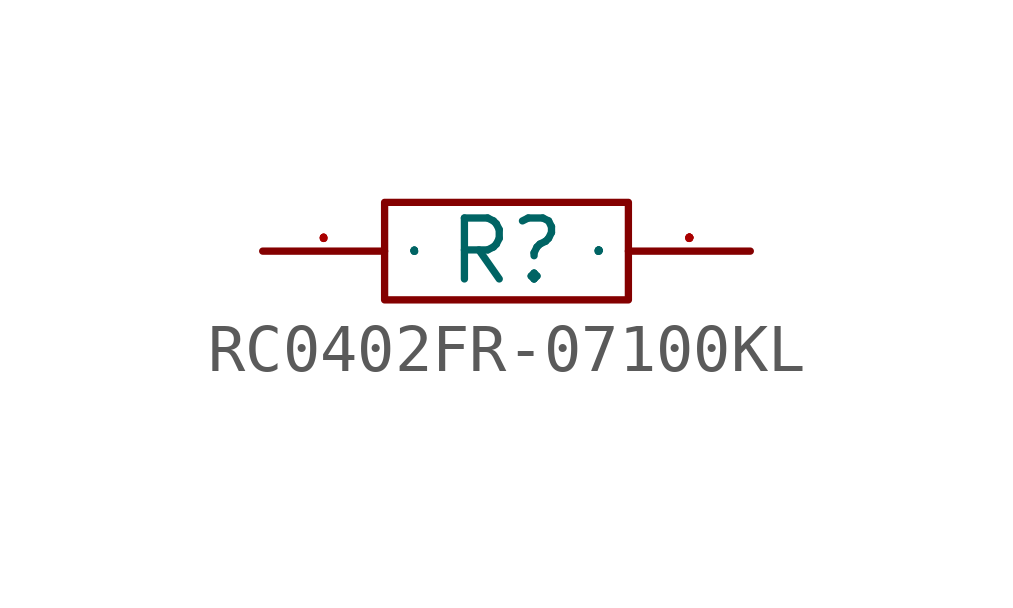
<source format=kicad_sym>
(kicad_symbol_lib
  (version 20241209)
  (generator "kicad_symbol_editor")
  (generator_version "9.0")
  (symbol "RC0402FR-07100KL"
    (property "Reference" "R"
      (at 0 0 0)
      (effects (font (size 1.27 1.27))))
    (symbol "RC0402FR-07100KL_1_0"
      (rectangle (start -2.54 -1.016) (end 2.54 1.016) (stroke (width 0) (type default)) (fill (type none)))
      (pin input line (at -5.08 0 0) (length 2.54) (name "1" (effects (font (size 0.025 0.025)))) (number "1" (effects (font (size 0.025 0.025)))))
      (pin input line (at 5.08 0 180) (length 2.54) (name "2" (effects (font (size 0.025 0.025)))) (number "2" (effects (font (size 0.025 0.025))))))))
</source>
